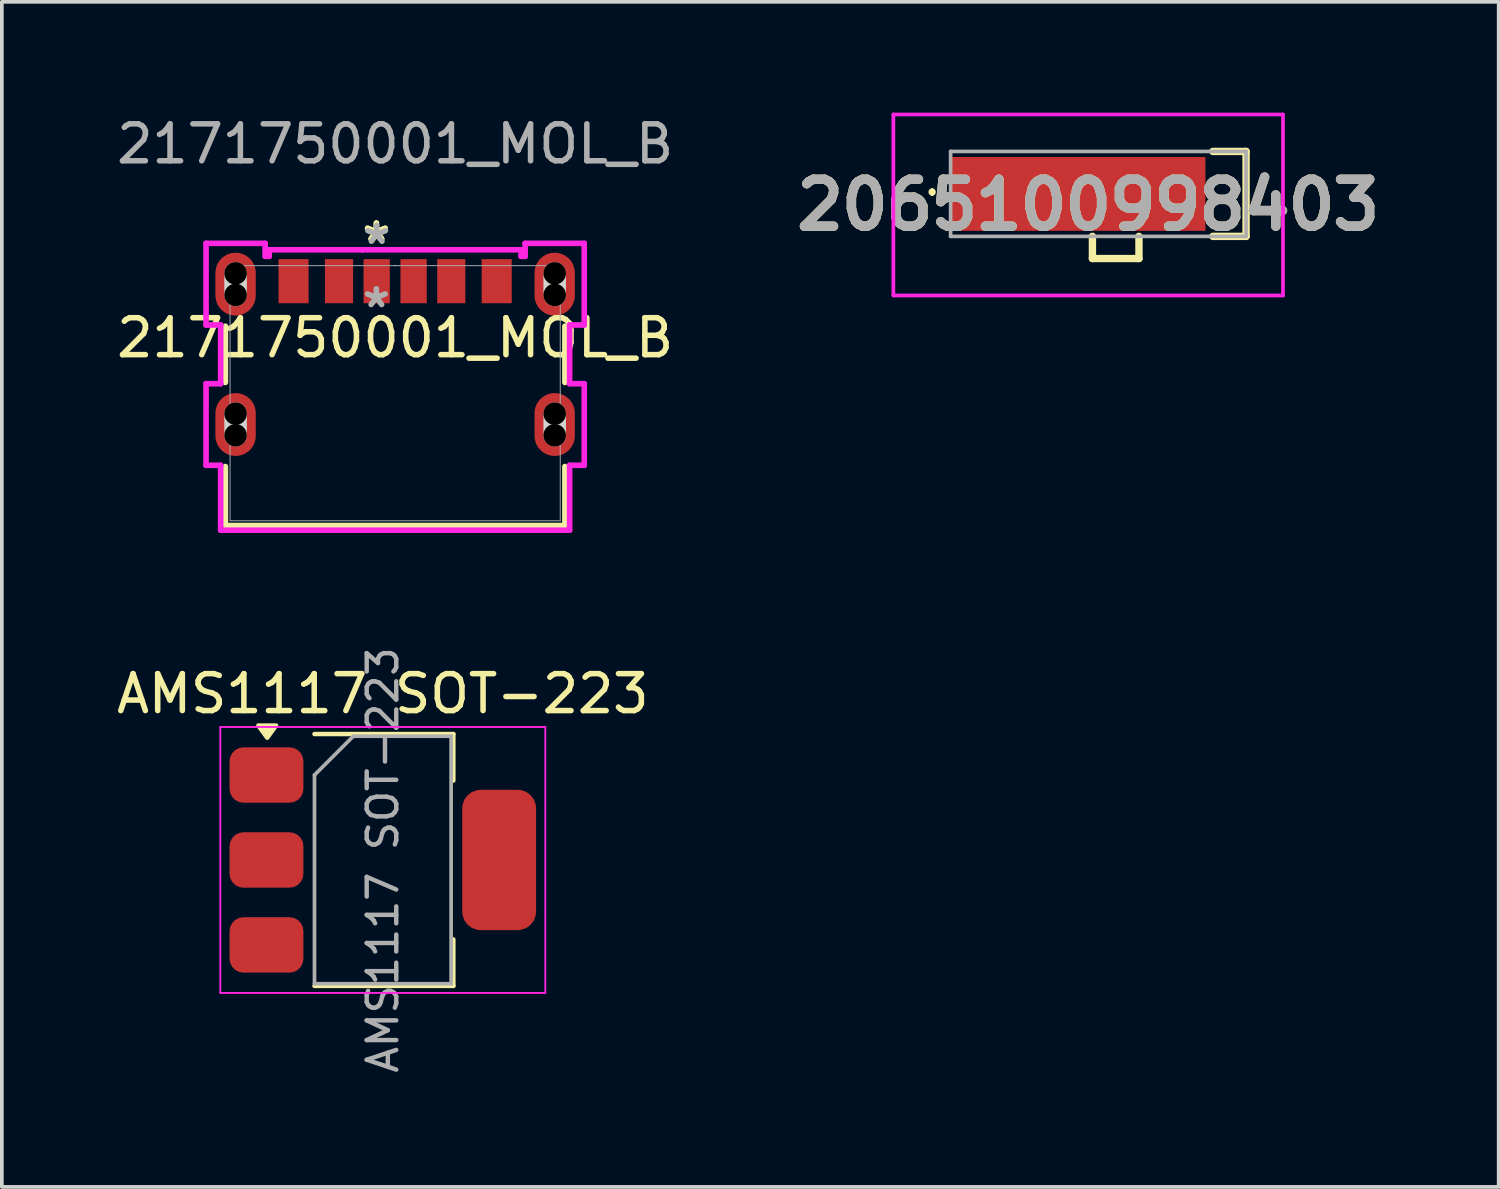
<source format=kicad_pcb>
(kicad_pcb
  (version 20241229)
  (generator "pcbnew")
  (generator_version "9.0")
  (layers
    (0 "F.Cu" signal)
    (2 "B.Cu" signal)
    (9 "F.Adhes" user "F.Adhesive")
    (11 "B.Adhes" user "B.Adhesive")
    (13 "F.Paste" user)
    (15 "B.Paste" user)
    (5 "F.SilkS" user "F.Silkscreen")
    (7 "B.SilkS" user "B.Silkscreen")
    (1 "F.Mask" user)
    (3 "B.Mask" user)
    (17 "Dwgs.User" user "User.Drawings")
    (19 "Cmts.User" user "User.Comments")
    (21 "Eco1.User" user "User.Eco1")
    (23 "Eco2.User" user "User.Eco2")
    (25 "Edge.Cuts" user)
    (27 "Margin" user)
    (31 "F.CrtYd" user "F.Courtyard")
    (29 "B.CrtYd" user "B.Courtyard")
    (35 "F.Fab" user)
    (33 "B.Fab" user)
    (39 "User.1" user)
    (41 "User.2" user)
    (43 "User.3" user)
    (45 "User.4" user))
  (footprint "AMS1117 SOT-223"
    (layer "F.Cu")
    (at 7.315 20.235)
    (property "Reference" "AMS1117 SOT-223" (at 0 -4.5 0) (layer "F.SilkS") (effects (font (size 1 1) (thickness 0.15))))
    (attr smd)
    (fp_line (start -1.85 -3.41) (end 1.91 -3.41) (stroke (width 0.12) (type solid)) (layer "F.SilkS"))
    (fp_line (start -1.85 3.41) (end 1.91 3.41) (stroke (width 0.12) (type solid)) (layer "F.SilkS"))
    (fp_line (start 1.91 -3.41) (end 1.91 -2.15) (stroke (width 0.12) (type solid)) (layer "F.SilkS"))
    (fp_line (start 1.91 3.41) (end 1.91 2.15) (stroke (width 0.12) (type solid)) (layer "F.SilkS"))
    (fp_poly (pts (xy -3.13 -3.31) (xy -3.37 -3.64) (xy -2.89 -3.64) (xy -3.13 -3.31)) (stroke (width 0.12) (type solid)) (fill yes) (layer "F.SilkS"))
    (fp_line (start -4.4 -3.6) (end -4.4 3.6) (stroke (width 0.05) (type solid)) (layer "F.CrtYd"))
    (fp_line (start -4.4 3.6) (end 4.4 3.6) (stroke (width 0.05) (type solid)) (layer "F.CrtYd"))
    (fp_line (start 4.4 -3.6) (end -4.4 -3.6) (stroke (width 0.05) (type solid)) (layer "F.CrtYd"))
    (fp_line (start 4.4 3.6) (end 4.4 -3.6) (stroke (width 0.05) (type solid)) (layer "F.CrtYd"))
    (fp_line (start -1.85 -2.3) (end -1.85 3.35) (stroke (width 0.1) (type solid)) (layer "F.Fab"))
    (fp_line (start -1.85 -2.3) (end -0.8 -3.35) (stroke (width 0.1) (type solid)) (layer "F.Fab"))
    (fp_line (start -1.85 3.35) (end 1.85 3.35) (stroke (width 0.1) (type solid)) (layer "F.Fab"))
    (fp_line (start -0.8 -3.35) (end 1.85 -3.35) (stroke (width 0.1) (type solid)) (layer "F.Fab"))
    (fp_line (start 1.85 -3.35) (end 1.85 3.35) (stroke (width 0.1) (type solid)) (layer "F.Fab"))
    (fp_text user "${REFERENCE}" (at 0 0 90) (layer "F.Fab") (effects (font (size 0.8 0.8) (thickness 0.12))))
    (pad "1" smd roundrect (at -3.15 -2.3) (size 2 1.5) (layers "F.Cu" "F.Mask" "F.Paste") (roundrect_rratio 0.25))
    (pad "2" smd roundrect (at -3.15 0) (size 2 1.5) (layers "F.Cu" "F.Mask" "F.Paste") (roundrect_rratio 0.25))
    (pad "3" smd roundrect (at -3.15 2.3) (size 2 1.5) (layers "F.Cu" "F.Mask" "F.Paste") (roundrect_rratio 0.25))
    (pad "4" smd roundrect (at 3.15 0) (size 2 3.8) (layers "F.Cu" "F.Mask" "F.Paste") (roundrect_rratio 0.25)))
  (footprint "2065100998403"
    (layer "F.Cu")
    (at 26.414 2.5)
    (property "Reference" "2065100998403" (at 0 0 0) (layer "F.SilkS") (effects (font (size 1.27 1.27) (thickness 0.254))))
    (attr smd)
    (fp_line (start -4.225 -0.4) (end -4.225 -0.4) (stroke (width 0.1) (type solid)) (layer "F.SilkS"))
    (fp_line (start -4.225 -0.3) (end -4.225 -0.3) (stroke (width 0.1) (type solid)) (layer "F.SilkS"))
    (fp_line (start 0.115 0.85) (end 0.115 1.45) (stroke (width 0.2) (type solid)) (layer "F.SilkS"))
    (fp_line (start 0.115 1.45) (end 1.375 1.45) (stroke (width 0.2) (type solid)) (layer "F.SilkS"))
    (fp_line (start 1.375 1.45) (end 1.375 0.85) (stroke (width 0.2) (type solid)) (layer "F.SilkS"))
    (fp_line (start 3.375 -1.45) (end 4.275 -1.45) (stroke (width 0.2) (type solid)) (layer "F.SilkS"))
    (fp_line (start 4.275 -1.45) (end 4.275 0.85) (stroke (width 0.2) (type solid)) (layer "F.SilkS"))
    (fp_line (start 4.275 0.85) (end 3.375 0.85) (stroke (width 0.2) (type solid)) (layer "F.SilkS"))
    (fp_arc (start -4.225 -0.4) (mid -4.175 -0.35) (end -4.225 -0.3) (stroke (width 0.1) (type solid)) (layer "F.SilkS"))
    (fp_arc (start -4.225 -0.3) (mid -4.275 -0.35) (end -4.225 -0.4) (stroke (width 0.1) (type solid)) (layer "F.SilkS"))
    (fp_line (start -5.275 -2.45) (end 5.275 -2.45) (stroke (width 0.1) (type solid)) (layer "F.CrtYd"))
    (fp_line (start -5.275 2.45) (end -5.275 -2.45) (stroke (width 0.1) (type solid)) (layer "F.CrtYd"))
    (fp_line (start 5.275 -2.45) (end 5.275 2.45) (stroke (width 0.1) (type solid)) (layer "F.CrtYd"))
    (fp_line (start 5.275 2.45) (end -5.275 2.45) (stroke (width 0.1) (type solid)) (layer "F.CrtYd"))
    (fp_line (start -3.725 -1.45) (end 4.275 -1.45) (stroke (width 0.1) (type solid)) (layer "F.Fab"))
    (fp_line (start -3.725 0.85) (end -3.725 -1.45) (stroke (width 0.1) (type solid)) (layer "F.Fab"))
    (fp_line (start 4.275 -1.45) (end 4.275 0.85) (stroke (width 0.1) (type solid)) (layer "F.Fab"))
    (fp_line (start 4.275 0.85) (end -3.725 0.85) (stroke (width 0.1) (type solid)) (layer "F.Fab"))
    (fp_text user "${REFERENCE}" (at 0 0 0) (layer "F.Fab") (effects (font (size 1.27 1.27) (thickness 0.254))))
    (pad "1" smd rect (at -0.275 -0.3 90) (size 2 6.9) (layers "F.Cu" "F.Mask" "F.Paste")))
  (footprint "2171750001_MOL_B"
    (layer "F.Cu")
    (at 7.649 7.598)
    (property "Reference" "2171750001_MOL_B" (at 0 -1.5 0) (unlocked yes) (layer "F.SilkS") (effects (font (size 1 1) (thickness 0.15))))
    (attr smd)
    (fp_line (start -4.597 -1.816) (end -4.597 -0.293) (stroke (width 0.152) (type solid)) (layer "F.SilkS"))
    (fp_line (start -4.597 1.984) (end -4.597 3.581) (stroke (width 0.152) (type solid)) (layer "F.SilkS"))
    (fp_line (start -4.597 3.581) (end 4.597 3.581) (stroke (width 0.152) (type solid)) (layer "F.SilkS"))
    (fp_line (start 4.597 -0.293) (end 4.597 -1.816) (stroke (width 0.152) (type solid)) (layer "F.SilkS"))
    (fp_line (start 4.597 3.581) (end 4.597 1.984) (stroke (width 0.152) (type solid)) (layer "F.SilkS"))
    (fp_line (start -4.32 -2.662) (end -4.32 -3.247) (stroke (width 0.61) (type solid)) (layer "Edge.Cuts"))
    (fp_line (start -4.32 1.138) (end -4.32 0.553) (stroke (width 0.61) (type solid)) (layer "Edge.Cuts"))
    (fp_line (start 4.32 -2.662) (end 4.32 -3.247) (stroke (width 0.61) (type solid)) (layer "Edge.Cuts"))
    (fp_line (start 4.32 1.138) (end 4.32 0.553) (stroke (width 0.61) (type solid)) (layer "Edge.Cuts"))
    (fp_line (start -5.12 -4.059) (end -5.12 -1.849) (stroke (width 0.152) (type solid)) (layer "F.CrtYd"))
    (fp_line (start -5.12 -1.849) (end -4.724 -1.849) (stroke (width 0.152) (type solid)) (layer "F.CrtYd"))
    (fp_line (start -5.12 -0.259) (end -5.12 1.95) (stroke (width 0.152) (type solid)) (layer "F.CrtYd"))
    (fp_line (start -5.12 1.95) (end -4.724 1.95) (stroke (width 0.152) (type solid)) (layer "F.CrtYd"))
    (fp_line (start -4.724 -1.849) (end -4.724 -0.259) (stroke (width 0.152) (type solid)) (layer "F.CrtYd"))
    (fp_line (start -4.724 -0.259) (end -5.12 -0.259) (stroke (width 0.152) (type solid)) (layer "F.CrtYd"))
    (fp_line (start -4.724 1.95) (end -4.724 3.708) (stroke (width 0.152) (type solid)) (layer "F.CrtYd"))
    (fp_line (start -4.724 3.708) (end 4.724 3.708) (stroke (width 0.152) (type solid)) (layer "F.CrtYd"))
    (fp_line (start -3.52 -4.059) (end -5.12 -4.059) (stroke (width 0.152) (type solid)) (layer "F.CrtYd"))
    (fp_line (start -3.52 -3.708) (end -3.52 -4.059) (stroke (width 0.152) (type solid)) (layer "F.CrtYd"))
    (fp_line (start -3.41 -3.885) (end -3.41 -3.708) (stroke (width 0.152) (type solid)) (layer "F.CrtYd"))
    (fp_line (start -3.41 -3.708) (end -3.52 -3.708) (stroke (width 0.152) (type solid)) (layer "F.CrtYd"))
    (fp_line (start -0.885 -3.885) (end -0.885 -3.885) (stroke (width 0.152) (type solid)) (layer "F.CrtYd"))
    (fp_line (start -0.885 -3.885) (end -3.41 -3.885) (stroke (width 0.152) (type solid)) (layer "F.CrtYd"))
    (fp_line (start 3.41 -3.885) (end -0.885 -3.885) (stroke (width 0.152) (type solid)) (layer "F.CrtYd"))
    (fp_line (start 3.41 -3.708) (end 3.41 -3.885) (stroke (width 0.152) (type solid)) (layer "F.CrtYd"))
    (fp_line (start 3.52 -4.059) (end 3.52 -3.708) (stroke (width 0.152) (type solid)) (layer "F.CrtYd"))
    (fp_line (start 3.52 -3.708) (end 3.41 -3.708) (stroke (width 0.152) (type solid)) (layer "F.CrtYd"))
    (fp_line (start 4.724 -1.849) (end 5.12 -1.849) (stroke (width 0.152) (type solid)) (layer "F.CrtYd"))
    (fp_line (start 4.724 -0.259) (end 4.724 -1.849) (stroke (width 0.152) (type solid)) (layer "F.CrtYd"))
    (fp_line (start 4.724 1.95) (end 5.12 1.95) (stroke (width 0.152) (type solid)) (layer "F.CrtYd"))
    (fp_line (start 4.724 3.708) (end 4.724 1.95) (stroke (width 0.152) (type solid)) (layer "F.CrtYd"))
    (fp_line (start 5.12 -4.059) (end 3.52 -4.059) (stroke (width 0.152) (type solid)) (layer "F.CrtYd"))
    (fp_line (start 5.12 -1.849) (end 5.12 -4.059) (stroke (width 0.152) (type solid)) (layer "F.CrtYd"))
    (fp_line (start 5.12 -0.259) (end 4.724 -0.259) (stroke (width 0.152) (type solid)) (layer "F.CrtYd"))
    (fp_line (start 5.12 1.95) (end 5.12 -0.259) (stroke (width 0.152) (type solid)) (layer "F.CrtYd"))
    (fp_line (start -4.47 -3.454) (end -4.47 3.454) (stroke (width 0.025) (type solid)) (layer "F.Fab"))
    (fp_line (start -4.47 3.454) (end 4.47 3.454) (stroke (width 0.025) (type solid)) (layer "F.Fab"))
    (fp_line (start 0 -3.454) (end 0 -3.454) (stroke (width 0.025) (type solid)) (layer "F.Fab"))
    (fp_line (start 0 -3.454) (end 0 -3.454) (stroke (width 0.025) (type solid)) (layer "F.Fab"))
    (fp_line (start 0 -3.454) (end 0 -3.454) (stroke (width 0.025) (type solid)) (layer "F.Fab"))
    (fp_line (start 0 -3.454) (end 0 -3.454) (stroke (width 0.025) (type solid)) (layer "F.Fab"))
    (fp_line (start 4.47 -3.454) (end -4.47 -3.454) (stroke (width 0.025) (type solid)) (layer "F.Fab"))
    (fp_line (start 4.47 3.454) (end 4.47 -3.454) (stroke (width 0.025) (type solid)) (layer "F.Fab"))
    (fp_text user "*" (at -0.508 -4.064 0) (layer "F.SilkS") (effects (font (size 1 1) (thickness 0.15))))
    (fp_text user "*" (at -0.508 -4.064 0) (unlocked yes) (layer "F.SilkS") (effects (font (size 1 1) (thickness 0.15))))
    (fp_text user "*" (at -0.5 -4 0) (layer "F.Fab") (effects (font (size 1 1) (thickness 0.15))))
    (fp_text user "${REFERENCE}" (at 0 -6.75 0) (unlocked yes) (layer "F.Fab") (effects (font (size 1 1) (thickness 0.15))))
    (fp_text user "*" (at -0.508 -2.286 0) (unlocked yes) (layer "F.Fab") (effects (font (size 1 1) (thickness 0.15))))
    (pad "" np_thru_hole circle (at -4.32 -3.247) (size 0.61 0.61) (drill 0.61) (layers))
    (pad "" np_thru_hole circle (at -4.32 -2.662) (size 0.61 0.61) (drill 0.61) (layers))
    (pad "" np_thru_hole circle (at -4.32 0.553) (size 0.61 0.61) (drill 0.61) (layers))
    (pad "" np_thru_hole circle (at -4.32 1.138) (size 0.61 0.61) (drill 0.61) (layers))
    (pad "" np_thru_hole circle (at 4.32 -3.247) (size 0.61 0.61) (drill 0.61) (layers))
    (pad "" np_thru_hole circle (at 4.32 -2.662) (size 0.61 0.61) (drill 0.61) (layers))
    (pad "" np_thru_hole circle (at 4.32 0.553) (size 0.61 0.61) (drill 0.61) (layers))
    (pad "" np_thru_hole circle (at 4.32 1.138) (size 0.61 0.61) (drill 0.61) (layers))
    (pad "7" smd oval (at -4.32 -2.954) (size 1.092 1.702) (layers "F.Cu" "F.Mask" "F.Paste"))
    (pad "8" smd oval (at 4.32 -2.954) (size 1.092 1.702) (layers "F.Cu" "F.Mask" "F.Paste"))
    (pad "9" smd oval (at -4.32 0.846) (size 1.092 1.702) (layers "F.Cu" "F.Mask" "F.Paste"))
    (pad "10" smd oval (at 4.32 0.846) (size 1.092 1.702) (layers "F.Cu" "F.Mask" "F.Paste"))
    (pad "A5" smd rect (at -0.5 -3.034) (size 0.711 1.194) (layers "F.Cu" "F.Mask" "F.Paste"))
    (pad "A9" smd rect (at 1.52 -3.034) (size 0.762 1.194) (layers "F.Cu" "F.Mask" "F.Paste"))
    (pad "A12" smd rect (at 2.75 -3.034) (size 0.813 1.194) (layers "F.Cu" "F.Mask" "F.Paste"))
    (pad "B5" smd rect (at 0.5 -3.034) (size 0.711 1.194) (layers "F.Cu" "F.Mask" "F.Paste"))
    (pad "B9" smd rect (at -1.52 -3.034) (size 0.762 1.194) (layers "F.Cu" "F.Mask" "F.Paste"))
    (pad "B12" smd rect (at -2.75 -3.034) (size 0.813 1.194) (layers "F.Cu" "F.Mask" "F.Paste")))
  (gr_rect
    (start -3 -3)
    (end 37.529 29.088)
    (stroke (width 0.1) (type default))
    (fill no)
    (layer "Edge.Cuts")))
</source>
